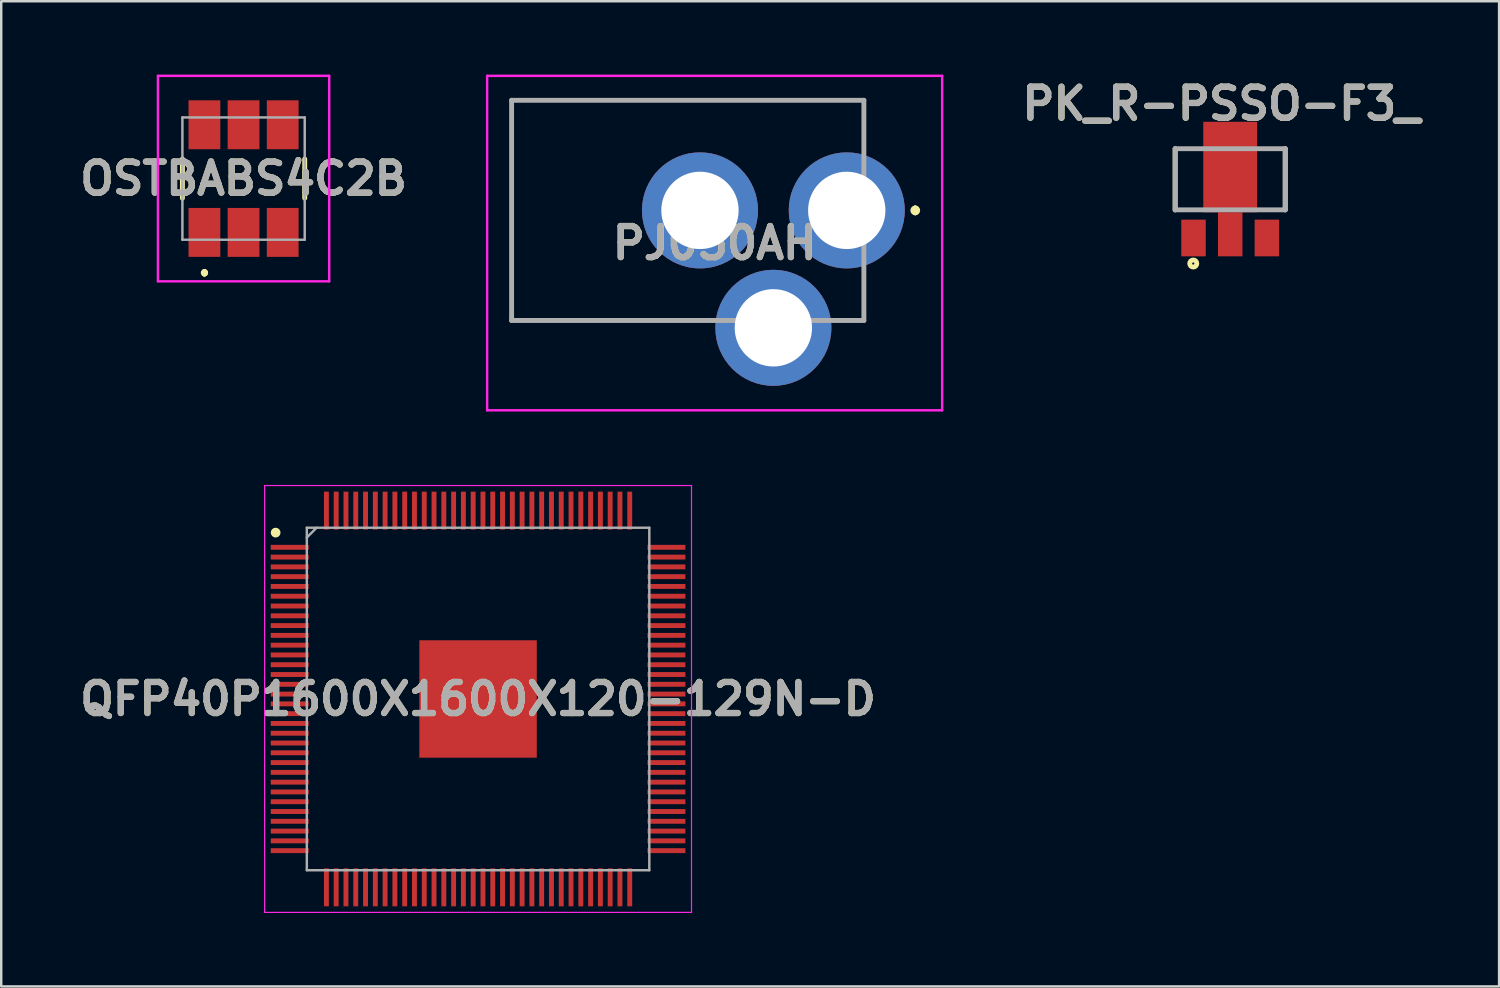
<source format=kicad_pcb>
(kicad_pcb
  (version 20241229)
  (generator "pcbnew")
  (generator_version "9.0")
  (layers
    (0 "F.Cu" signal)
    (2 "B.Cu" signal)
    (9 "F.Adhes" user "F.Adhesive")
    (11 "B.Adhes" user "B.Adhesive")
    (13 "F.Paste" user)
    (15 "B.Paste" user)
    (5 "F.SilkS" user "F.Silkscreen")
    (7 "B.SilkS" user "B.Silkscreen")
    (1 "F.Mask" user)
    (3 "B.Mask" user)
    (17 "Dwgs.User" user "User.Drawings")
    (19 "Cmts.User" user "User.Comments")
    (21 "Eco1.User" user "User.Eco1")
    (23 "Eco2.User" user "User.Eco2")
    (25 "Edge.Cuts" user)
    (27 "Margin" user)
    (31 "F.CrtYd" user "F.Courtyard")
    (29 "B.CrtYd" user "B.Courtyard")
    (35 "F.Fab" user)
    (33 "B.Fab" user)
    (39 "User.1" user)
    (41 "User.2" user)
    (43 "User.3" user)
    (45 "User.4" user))
  (footprint "QFP40P1600X1600X120-129N-D"
    (layer "F.Cu")
    (at 16.492 25.522)
    (property "Reference" "QFP40P1600X1600X120-129N-D" (at 0 0 0) (layer "F.SilkS") (effects (font (size 1.27 1.27) (thickness 0.254))))
    (attr smd)
    (fp_circle (center -8.275 -6.8) (end -8.275 -6.7) (stroke (width 0.2) (type solid)) (fill no) (layer "F.SilkS"))
    (fp_line (start -8.725 -8.725) (end 8.725 -8.725) (stroke (width 0.05) (type solid)) (layer "F.CrtYd"))
    (fp_line (start -8.725 8.725) (end -8.725 -8.725) (stroke (width 0.05) (type solid)) (layer "F.CrtYd"))
    (fp_line (start 8.725 -8.725) (end 8.725 8.725) (stroke (width 0.05) (type solid)) (layer "F.CrtYd"))
    (fp_line (start 8.725 8.725) (end -8.725 8.725) (stroke (width 0.05) (type solid)) (layer "F.CrtYd"))
    (fp_line (start -7 -7) (end 7 -7) (stroke (width 0.1) (type solid)) (layer "F.Fab"))
    (fp_line (start -7 -6.6) (end -6.6 -7) (stroke (width 0.1) (type solid)) (layer "F.Fab"))
    (fp_line (start -7 7) (end -7 -7) (stroke (width 0.1) (type solid)) (layer "F.Fab"))
    (fp_line (start 7 -7) (end 7 7) (stroke (width 0.1) (type solid)) (layer "F.Fab"))
    (fp_line (start 7 7) (end -7 7) (stroke (width 0.1) (type solid)) (layer "F.Fab"))
    (fp_text user "${REFERENCE}" (at 0 0 0) (layer "F.Fab") (effects (font (size 1.27 1.27) (thickness 0.254))))
    (pad "1" smd rect (at -7.7 -6.2 90) (size 0.2 1.55) (layers "F.Cu" "F.Mask" "F.Paste"))
    (pad "2" smd rect (at -7.7 -5.8 90) (size 0.2 1.55) (layers "F.Cu" "F.Mask" "F.Paste"))
    (pad "3" smd rect (at -7.7 -5.4 90) (size 0.2 1.55) (layers "F.Cu" "F.Mask" "F.Paste"))
    (pad "4" smd rect (at -7.7 -5 90) (size 0.2 1.55) (layers "F.Cu" "F.Mask" "F.Paste"))
    (pad "5" smd rect (at -7.7 -4.6 90) (size 0.2 1.55) (layers "F.Cu" "F.Mask" "F.Paste"))
    (pad "6" smd rect (at -7.7 -4.2 90) (size 0.2 1.55) (layers "F.Cu" "F.Mask" "F.Paste"))
    (pad "7" smd rect (at -7.7 -3.8 90) (size 0.2 1.55) (layers "F.Cu" "F.Mask" "F.Paste"))
    (pad "8" smd rect (at -7.7 -3.4 90) (size 0.2 1.55) (layers "F.Cu" "F.Mask" "F.Paste"))
    (pad "9" smd rect (at -7.7 -3 90) (size 0.2 1.55) (layers "F.Cu" "F.Mask" "F.Paste"))
    (pad "10" smd rect (at -7.7 -2.6 90) (size 0.2 1.55) (layers "F.Cu" "F.Mask" "F.Paste"))
    (pad "11" smd rect (at -7.7 -2.2 90) (size 0.2 1.55) (layers "F.Cu" "F.Mask" "F.Paste"))
    (pad "12" smd rect (at -7.7 -1.8 90) (size 0.2 1.55) (layers "F.Cu" "F.Mask" "F.Paste"))
    (pad "13" smd rect (at -7.7 -1.4 90) (size 0.2 1.55) (layers "F.Cu" "F.Mask" "F.Paste"))
    (pad "14" smd rect (at -7.7 -1 90) (size 0.2 1.55) (layers "F.Cu" "F.Mask" "F.Paste"))
    (pad "15" smd rect (at -7.7 -0.6 90) (size 0.2 1.55) (layers "F.Cu" "F.Mask" "F.Paste"))
    (pad "16" smd rect (at -7.7 -0.2 90) (size 0.2 1.55) (layers "F.Cu" "F.Mask" "F.Paste"))
    (pad "17" smd rect (at -7.7 0.2 90) (size 0.2 1.55) (layers "F.Cu" "F.Mask" "F.Paste"))
    (pad "18" smd rect (at -7.7 0.6 90) (size 0.2 1.55) (layers "F.Cu" "F.Mask" "F.Paste"))
    (pad "19" smd rect (at -7.7 1 90) (size 0.2 1.55) (layers "F.Cu" "F.Mask" "F.Paste"))
    (pad "20" smd rect (at -7.7 1.4 90) (size 0.2 1.55) (layers "F.Cu" "F.Mask" "F.Paste"))
    (pad "21" smd rect (at -7.7 1.8 90) (size 0.2 1.55) (layers "F.Cu" "F.Mask" "F.Paste"))
    (pad "22" smd rect (at -7.7 2.2 90) (size 0.2 1.55) (layers "F.Cu" "F.Mask" "F.Paste"))
    (pad "23" smd rect (at -7.7 2.6 90) (size 0.2 1.55) (layers "F.Cu" "F.Mask" "F.Paste"))
    (pad "24" smd rect (at -7.7 3 90) (size 0.2 1.55) (layers "F.Cu" "F.Mask" "F.Paste"))
    (pad "25" smd rect (at -7.7 3.4 90) (size 0.2 1.55) (layers "F.Cu" "F.Mask" "F.Paste"))
    (pad "26" smd rect (at -7.7 3.8 90) (size 0.2 1.55) (layers "F.Cu" "F.Mask" "F.Paste"))
    (pad "27" smd rect (at -7.7 4.2 90) (size 0.2 1.55) (layers "F.Cu" "F.Mask" "F.Paste"))
    (pad "28" smd rect (at -7.7 4.6 90) (size 0.2 1.55) (layers "F.Cu" "F.Mask" "F.Paste"))
    (pad "29" smd rect (at -7.7 5 90) (size 0.2 1.55) (layers "F.Cu" "F.Mask" "F.Paste"))
    (pad "30" smd rect (at -7.7 5.4 90) (size 0.2 1.55) (layers "F.Cu" "F.Mask" "F.Paste"))
    (pad "31" smd rect (at -7.7 5.8 90) (size 0.2 1.55) (layers "F.Cu" "F.Mask" "F.Paste"))
    (pad "32" smd rect (at -7.7 6.2 90) (size 0.2 1.55) (layers "F.Cu" "F.Mask" "F.Paste"))
    (pad "33" smd rect (at -6.2 7.7) (size 0.2 1.55) (layers "F.Cu" "F.Mask" "F.Paste"))
    (pad "34" smd rect (at -5.8 7.7) (size 0.2 1.55) (layers "F.Cu" "F.Mask" "F.Paste"))
    (pad "35" smd rect (at -5.4 7.7) (size 0.2 1.55) (layers "F.Cu" "F.Mask" "F.Paste"))
    (pad "36" smd rect (at -5 7.7) (size 0.2 1.55) (layers "F.Cu" "F.Mask" "F.Paste"))
    (pad "37" smd rect (at -4.6 7.7) (size 0.2 1.55) (layers "F.Cu" "F.Mask" "F.Paste"))
    (pad "38" smd rect (at -4.2 7.7) (size 0.2 1.55) (layers "F.Cu" "F.Mask" "F.Paste"))
    (pad "39" smd rect (at -3.8 7.7) (size 0.2 1.55) (layers "F.Cu" "F.Mask" "F.Paste"))
    (pad "40" smd rect (at -3.4 7.7) (size 0.2 1.55) (layers "F.Cu" "F.Mask" "F.Paste"))
    (pad "41" smd rect (at -3 7.7) (size 0.2 1.55) (layers "F.Cu" "F.Mask" "F.Paste"))
    (pad "42" smd rect (at -2.6 7.7) (size 0.2 1.55) (layers "F.Cu" "F.Mask" "F.Paste"))
    (pad "43" smd rect (at -2.2 7.7) (size 0.2 1.55) (layers "F.Cu" "F.Mask" "F.Paste"))
    (pad "44" smd rect (at -1.8 7.7) (size 0.2 1.55) (layers "F.Cu" "F.Mask" "F.Paste"))
    (pad "45" smd rect (at -1.4 7.7) (size 0.2 1.55) (layers "F.Cu" "F.Mask" "F.Paste"))
    (pad "46" smd rect (at -1 7.7) (size 0.2 1.55) (layers "F.Cu" "F.Mask" "F.Paste"))
    (pad "47" smd rect (at -0.6 7.7) (size 0.2 1.55) (layers "F.Cu" "F.Mask" "F.Paste"))
    (pad "48" smd rect (at -0.2 7.7) (size 0.2 1.55) (layers "F.Cu" "F.Mask" "F.Paste"))
    (pad "49" smd rect (at 0.2 7.7) (size 0.2 1.55) (layers "F.Cu" "F.Mask" "F.Paste"))
    (pad "50" smd rect (at 0.6 7.7) (size 0.2 1.55) (layers "F.Cu" "F.Mask" "F.Paste"))
    (pad "51" smd rect (at 1 7.7) (size 0.2 1.55) (layers "F.Cu" "F.Mask" "F.Paste"))
    (pad "52" smd rect (at 1.4 7.7) (size 0.2 1.55) (layers "F.Cu" "F.Mask" "F.Paste"))
    (pad "53" smd rect (at 1.8 7.7) (size 0.2 1.55) (layers "F.Cu" "F.Mask" "F.Paste"))
    (pad "54" smd rect (at 2.2 7.7) (size 0.2 1.55) (layers "F.Cu" "F.Mask" "F.Paste"))
    (pad "55" smd rect (at 2.6 7.7) (size 0.2 1.55) (layers "F.Cu" "F.Mask" "F.Paste"))
    (pad "56" smd rect (at 3 7.7) (size 0.2 1.55) (layers "F.Cu" "F.Mask" "F.Paste"))
    (pad "57" smd rect (at 3.4 7.7) (size 0.2 1.55) (layers "F.Cu" "F.Mask" "F.Paste"))
    (pad "58" smd rect (at 3.8 7.7) (size 0.2 1.55) (layers "F.Cu" "F.Mask" "F.Paste"))
    (pad "59" smd rect (at 4.2 7.7) (size 0.2 1.55) (layers "F.Cu" "F.Mask" "F.Paste"))
    (pad "60" smd rect (at 4.6 7.7) (size 0.2 1.55) (layers "F.Cu" "F.Mask" "F.Paste"))
    (pad "61" smd rect (at 5 7.7) (size 0.2 1.55) (layers "F.Cu" "F.Mask" "F.Paste"))
    (pad "62" smd rect (at 5.4 7.7) (size 0.2 1.55) (layers "F.Cu" "F.Mask" "F.Paste"))
    (pad "63" smd rect (at 5.8 7.7) (size 0.2 1.55) (layers "F.Cu" "F.Mask" "F.Paste"))
    (pad "64" smd rect (at 6.2 7.7) (size 0.2 1.55) (layers "F.Cu" "F.Mask" "F.Paste"))
    (pad "65" smd rect (at 7.7 6.2 90) (size 0.2 1.55) (layers "F.Cu" "F.Mask" "F.Paste"))
    (pad "66" smd rect (at 7.7 5.8 90) (size 0.2 1.55) (layers "F.Cu" "F.Mask" "F.Paste"))
    (pad "67" smd rect (at 7.7 5.4 90) (size 0.2 1.55) (layers "F.Cu" "F.Mask" "F.Paste"))
    (pad "68" smd rect (at 7.7 5 90) (size 0.2 1.55) (layers "F.Cu" "F.Mask" "F.Paste"))
    (pad "69" smd rect (at 7.7 4.6 90) (size 0.2 1.55) (layers "F.Cu" "F.Mask" "F.Paste"))
    (pad "70" smd rect (at 7.7 4.2 90) (size 0.2 1.55) (layers "F.Cu" "F.Mask" "F.Paste"))
    (pad "71" smd rect (at 7.7 3.8 90) (size 0.2 1.55) (layers "F.Cu" "F.Mask" "F.Paste"))
    (pad "72" smd rect (at 7.7 3.4 90) (size 0.2 1.55) (layers "F.Cu" "F.Mask" "F.Paste"))
    (pad "73" smd rect (at 7.7 3 90) (size 0.2 1.55) (layers "F.Cu" "F.Mask" "F.Paste"))
    (pad "74" smd rect (at 7.7 2.6 90) (size 0.2 1.55) (layers "F.Cu" "F.Mask" "F.Paste"))
    (pad "75" smd rect (at 7.7 2.2 90) (size 0.2 1.55) (layers "F.Cu" "F.Mask" "F.Paste"))
    (pad "76" smd rect (at 7.7 1.8 90) (size 0.2 1.55) (layers "F.Cu" "F.Mask" "F.Paste"))
    (pad "77" smd rect (at 7.7 1.4 90) (size 0.2 1.55) (layers "F.Cu" "F.Mask" "F.Paste"))
    (pad "78" smd rect (at 7.7 1 90) (size 0.2 1.55) (layers "F.Cu" "F.Mask" "F.Paste"))
    (pad "79" smd rect (at 7.7 0.6 90) (size 0.2 1.55) (layers "F.Cu" "F.Mask" "F.Paste"))
    (pad "80" smd rect (at 7.7 0.2 90) (size 0.2 1.55) (layers "F.Cu" "F.Mask" "F.Paste"))
    (pad "81" smd rect (at 7.7 -0.2 90) (size 0.2 1.55) (layers "F.Cu" "F.Mask" "F.Paste"))
    (pad "82" smd rect (at 7.7 -0.6 90) (size 0.2 1.55) (layers "F.Cu" "F.Mask" "F.Paste"))
    (pad "83" smd rect (at 7.7 -1 90) (size 0.2 1.55) (layers "F.Cu" "F.Mask" "F.Paste"))
    (pad "84" smd rect (at 7.7 -1.4 90) (size 0.2 1.55) (layers "F.Cu" "F.Mask" "F.Paste"))
    (pad "85" smd rect (at 7.7 -1.8 90) (size 0.2 1.55) (layers "F.Cu" "F.Mask" "F.Paste"))
    (pad "86" smd rect (at 7.7 -2.2 90) (size 0.2 1.55) (layers "F.Cu" "F.Mask" "F.Paste"))
    (pad "87" smd rect (at 7.7 -2.6 90) (size 0.2 1.55) (layers "F.Cu" "F.Mask" "F.Paste"))
    (pad "88" smd rect (at 7.7 -3 90) (size 0.2 1.55) (layers "F.Cu" "F.Mask" "F.Paste"))
    (pad "89" smd rect (at 7.7 -3.4 90) (size 0.2 1.55) (layers "F.Cu" "F.Mask" "F.Paste"))
    (pad "90" smd rect (at 7.7 -3.8 90) (size 0.2 1.55) (layers "F.Cu" "F.Mask" "F.Paste"))
    (pad "91" smd rect (at 7.7 -4.2 90) (size 0.2 1.55) (layers "F.Cu" "F.Mask" "F.Paste"))
    (pad "92" smd rect (at 7.7 -4.6 90) (size 0.2 1.55) (layers "F.Cu" "F.Mask" "F.Paste"))
    (pad "93" smd rect (at 7.7 -5 90) (size 0.2 1.55) (layers "F.Cu" "F.Mask" "F.Paste"))
    (pad "94" smd rect (at 7.7 -5.4 90) (size 0.2 1.55) (layers "F.Cu" "F.Mask" "F.Paste"))
    (pad "95" smd rect (at 7.7 -5.8 90) (size 0.2 1.55) (layers "F.Cu" "F.Mask" "F.Paste"))
    (pad "96" smd rect (at 7.7 -6.2 90) (size 0.2 1.55) (layers "F.Cu" "F.Mask" "F.Paste"))
    (pad "97" smd rect (at 6.2 -7.7) (size 0.2 1.55) (layers "F.Cu" "F.Mask" "F.Paste"))
    (pad "98" smd rect (at 5.8 -7.7) (size 0.2 1.55) (layers "F.Cu" "F.Mask" "F.Paste"))
    (pad "99" smd rect (at 5.4 -7.7) (size 0.2 1.55) (layers "F.Cu" "F.Mask" "F.Paste"))
    (pad "100" smd rect (at 5 -7.7) (size 0.2 1.55) (layers "F.Cu" "F.Mask" "F.Paste"))
    (pad "101" smd rect (at 4.6 -7.7) (size 0.2 1.55) (layers "F.Cu" "F.Mask" "F.Paste"))
    (pad "102" smd rect (at 4.2 -7.7) (size 0.2 1.55) (layers "F.Cu" "F.Mask" "F.Paste"))
    (pad "103" smd rect (at 3.8 -7.7) (size 0.2 1.55) (layers "F.Cu" "F.Mask" "F.Paste"))
    (pad "104" smd rect (at 3.4 -7.7) (size 0.2 1.55) (layers "F.Cu" "F.Mask" "F.Paste"))
    (pad "105" smd rect (at 3 -7.7) (size 0.2 1.55) (layers "F.Cu" "F.Mask" "F.Paste"))
    (pad "106" smd rect (at 2.6 -7.7) (size 0.2 1.55) (layers "F.Cu" "F.Mask" "F.Paste"))
    (pad "107" smd rect (at 2.2 -7.7) (size 0.2 1.55) (layers "F.Cu" "F.Mask" "F.Paste"))
    (pad "108" smd rect (at 1.8 -7.7) (size 0.2 1.55) (layers "F.Cu" "F.Mask" "F.Paste"))
    (pad "109" smd rect (at 1.4 -7.7) (size 0.2 1.55) (layers "F.Cu" "F.Mask" "F.Paste"))
    (pad "110" smd rect (at 1 -7.7) (size 0.2 1.55) (layers "F.Cu" "F.Mask" "F.Paste"))
    (pad "111" smd rect (at 0.6 -7.7) (size 0.2 1.55) (layers "F.Cu" "F.Mask" "F.Paste"))
    (pad "112" smd rect (at 0.2 -7.7) (size 0.2 1.55) (layers "F.Cu" "F.Mask" "F.Paste"))
    (pad "113" smd rect (at -0.2 -7.7) (size 0.2 1.55) (layers "F.Cu" "F.Mask" "F.Paste"))
    (pad "114" smd rect (at -0.6 -7.7) (size 0.2 1.55) (layers "F.Cu" "F.Mask" "F.Paste"))
    (pad "115" smd rect (at -1 -7.7) (size 0.2 1.55) (layers "F.Cu" "F.Mask" "F.Paste"))
    (pad "116" smd rect (at -1.4 -7.7) (size 0.2 1.55) (layers "F.Cu" "F.Mask" "F.Paste"))
    (pad "117" smd rect (at -1.8 -7.7) (size 0.2 1.55) (layers "F.Cu" "F.Mask" "F.Paste"))
    (pad "118" smd rect (at -2.2 -7.7) (size 0.2 1.55) (layers "F.Cu" "F.Mask" "F.Paste"))
    (pad "119" smd rect (at -2.6 -7.7) (size 0.2 1.55) (layers "F.Cu" "F.Mask" "F.Paste"))
    (pad "120" smd rect (at -3 -7.7) (size 0.2 1.55) (layers "F.Cu" "F.Mask" "F.Paste"))
    (pad "121" smd rect (at -3.4 -7.7) (size 0.2 1.55) (layers "F.Cu" "F.Mask" "F.Paste"))
    (pad "122" smd rect (at -3.8 -7.7) (size 0.2 1.55) (layers "F.Cu" "F.Mask" "F.Paste"))
    (pad "123" smd rect (at -4.2 -7.7) (size 0.2 1.55) (layers "F.Cu" "F.Mask" "F.Paste"))
    (pad "124" smd rect (at -4.6 -7.7) (size 0.2 1.55) (layers "F.Cu" "F.Mask" "F.Paste"))
    (pad "125" smd rect (at -5 -7.7) (size 0.2 1.55) (layers "F.Cu" "F.Mask" "F.Paste"))
    (pad "126" smd rect (at -5.4 -7.7) (size 0.2 1.55) (layers "F.Cu" "F.Mask" "F.Paste"))
    (pad "127" smd rect (at -5.8 -7.7) (size 0.2 1.55) (layers "F.Cu" "F.Mask" "F.Paste"))
    (pad "128" smd rect (at -6.2 -7.7) (size 0.2 1.55) (layers "F.Cu" "F.Mask" "F.Paste"))
    (pad "129" smd rect (at 0 0) (size 4.8 4.8) (layers "F.Cu" "F.Mask" "F.Paste")))
  (footprint "OSTBABS4C2B"
    (layer "F.Cu")
    (at 6.906 4.25)
    (property "Reference" "OSTBABS4C2B" (at 0 0 0) (layer "F.SilkS") (effects (font (size 1.27 1.27) (thickness 0.254))))
    (attr smd)
    (fp_line (start -2.5 -0.8) (end -2.5 0.8) (stroke (width 0.2) (type solid)) (layer "F.SilkS"))
    (fp_line (start -1.6 3.8) (end -1.6 3.8) (stroke (width 0.2) (type solid)) (layer "F.SilkS"))
    (fp_line (start -1.6 3.9) (end -1.6 3.9) (stroke (width 0.2) (type solid)) (layer "F.SilkS"))
    (fp_line (start -1.6 3.9) (end -1.6 3.9) (stroke (width 0.2) (type solid)) (layer "F.SilkS"))
    (fp_line (start 2.5 -0.8) (end 2.5 0.8) (stroke (width 0.2) (type solid)) (layer "F.SilkS"))
    (fp_arc (start -1.6 3.8) (mid -1.55 3.85) (end -1.6 3.9) (stroke (width 0.2) (type solid)) (layer "F.SilkS"))
    (fp_arc (start -1.6 3.8) (mid -1.55 3.85) (end -1.6 3.9) (stroke (width 0.2) (type solid)) (layer "F.SilkS"))
    (fp_arc (start -1.6 3.9) (mid -1.65 3.85) (end -1.6 3.8) (stroke (width 0.2) (type solid)) (layer "F.SilkS"))
    (fp_line (start -3.5 -4.2) (end 3.5 -4.2) (stroke (width 0.1) (type solid)) (layer "F.CrtYd"))
    (fp_line (start -3.5 4.2) (end -3.5 -4.2) (stroke (width 0.1) (type solid)) (layer "F.CrtYd"))
    (fp_line (start 3.5 -4.2) (end 3.5 4.2) (stroke (width 0.1) (type solid)) (layer "F.CrtYd"))
    (fp_line (start 3.5 4.2) (end -3.5 4.2) (stroke (width 0.1) (type solid)) (layer "F.CrtYd"))
    (fp_line (start -2.5 -2.5) (end 2.5 -2.5) (stroke (width 0.1) (type solid)) (layer "F.Fab"))
    (fp_line (start -2.5 2.5) (end -2.5 -2.5) (stroke (width 0.1) (type solid)) (layer "F.Fab"))
    (fp_line (start 2.5 -2.5) (end 2.5 2.5) (stroke (width 0.1) (type solid)) (layer "F.Fab"))
    (fp_line (start 2.5 2.5) (end -2.5 2.5) (stroke (width 0.1) (type solid)) (layer "F.Fab"))
    (fp_text user "${REFERENCE}" (at 0 0 0) (layer "F.Fab") (effects (font (size 1.27 1.27) (thickness 0.254))))
    (pad "1" smd rect (at -1.6 2.2) (size 1.3 2) (layers "F.Cu" "F.Mask" "F.Paste"))
    (pad "2" smd rect (at 0 2.2) (size 1.3 2) (layers "F.Cu" "F.Mask" "F.Paste"))
    (pad "3" smd rect (at 1.6 2.2) (size 1.3 2) (layers "F.Cu" "F.Mask" "F.Paste"))
    (pad "4" smd rect (at 1.6 -2.2) (size 1.3 2) (layers "F.Cu" "F.Mask" "F.Paste"))
    (pad "5" smd rect (at 0 -2.2) (size 1.3 2) (layers "F.Cu" "F.Mask" "F.Paste"))
    (pad "6" smd rect (at -1.6 -2.2) (size 1.3 2) (layers "F.Cu" "F.Mask" "F.Paste")))
  (footprint "PJ050AH"
    (layer "F.Cu")
    (at 17.863 5.55)
    (property "Reference" "PJ050AH" (at 8.3 1.336 0) (layer "F.SilkS") (effects (font (size 1.27 1.27) (thickness 0.254))))
    (attr through_hole)
    (fp_line (start 0 -4.5) (end 0 4.5) (stroke (width 0.1) (type solid)) (layer "F.SilkS"))
    (fp_line (start 0 4.5) (end 8 4.5) (stroke (width 0.1) (type solid)) (layer "F.SilkS"))
    (fp_line (start 14.4 -4.5) (end 0 -4.5) (stroke (width 0.1) (type solid)) (layer "F.SilkS"))
    (fp_line (start 14.4 -3) (end 14.4 -4.5) (stroke (width 0.1) (type solid)) (layer "F.SilkS"))
    (fp_line (start 14.4 3) (end 14.4 4.5) (stroke (width 0.1) (type solid)) (layer "F.SilkS"))
    (fp_line (start 14.4 4.5) (end 14 4.5) (stroke (width 0.1) (type solid)) (layer "F.SilkS"))
    (fp_line (start 16.5 -0.1) (end 16.5 -0.1) (stroke (width 0.2) (type solid)) (layer "F.SilkS"))
    (fp_line (start 16.5 0.1) (end 16.5 0.1) (stroke (width 0.2) (type solid)) (layer "F.SilkS"))
    (fp_arc (start 16.5 -0.1) (mid 16.6 0) (end 16.5 0.1) (stroke (width 0.2) (type solid)) (layer "F.SilkS"))
    (fp_arc (start 16.5 0.1) (mid 16.4 0) (end 16.5 -0.1) (stroke (width 0.2) (type solid)) (layer "F.SilkS"))
    (fp_line (start -1 -5.5) (end 17.6 -5.5) (stroke (width 0.1) (type solid)) (layer "F.CrtYd"))
    (fp_line (start -1 8.172) (end -1 -5.5) (stroke (width 0.1) (type solid)) (layer "F.CrtYd"))
    (fp_line (start 17.6 -5.5) (end 17.6 8.172) (stroke (width 0.1) (type solid)) (layer "F.CrtYd"))
    (fp_line (start 17.6 8.172) (end -1 8.172) (stroke (width 0.1) (type solid)) (layer "F.CrtYd"))
    (fp_line (start 0 -4.5) (end 14.4 -4.5) (stroke (width 0.2) (type solid)) (layer "F.Fab"))
    (fp_line (start 0 4.5) (end 0 -4.5) (stroke (width 0.2) (type solid)) (layer "F.Fab"))
    (fp_line (start 14.4 -4.5) (end 14.4 4.5) (stroke (width 0.2) (type solid)) (layer "F.Fab"))
    (fp_line (start 14.4 4.5) (end 0 4.5) (stroke (width 0.2) (type solid)) (layer "F.Fab"))
    (fp_text user "${REFERENCE}" (at 8.3 1.336 0) (layer "F.Fab") (effects (font (size 1.27 1.27) (thickness 0.254))))
    (pad "" np_thru_hole circle (at 3.5 0) (size 0.001 0.001) (drill 1.8) (layers "*.Cu" "*.Mask"))
    (pad "1" thru_hole circle (at 13.7 0) (size 4.743 4.743) (drill 3.162) (layers "*.Cu" "*.Mask"))
    (pad "2" thru_hole circle (at 7.7 0) (size 4.743 4.743) (drill 3.162) (layers "*.Cu" "*.Mask"))
    (pad "3" thru_hole circle (at 10.7 4.8) (size 4.743 4.743) (drill 3.162) (layers "*.Cu" "*.Mask")))
  (footprint "PK_R-PSSO-F3_"
    (layer "F.Cu")
    (at 47.237 3.028)
    (property "Reference" "PK_R-PSSO-F3_" (at -0.366 -1.839 0) (layer "F.SilkS") (effects (font (size 1.27 1.27) (thickness 0.254))))
    (attr smd)
    (fp_line (start -2.25 2.5) (end -2.25 0) (stroke (width 0.2) (type solid)) (layer "F.SilkS"))
    (fp_line (start 2.25 0) (end 2.25 2.5) (stroke (width 0.2) (type solid)) (layer "F.SilkS"))
    (fp_circle (center -1.51 4.694) (end -1.51 4.738) (stroke (width 0.2) (type solid)) (fill no) (layer "F.SilkS"))
    (fp_line (start -2.25 0) (end 2.25 0) (stroke (width 0.2) (type solid)) (layer "F.Fab"))
    (fp_line (start -2.25 2.5) (end -2.25 0) (stroke (width 0.2) (type solid)) (layer "F.Fab"))
    (fp_line (start 2.25 0) (end 2.25 2.5) (stroke (width 0.2) (type solid)) (layer "F.Fab"))
    (fp_line (start 2.25 2.5) (end -2.25 2.5) (stroke (width 0.2) (type solid)) (layer "F.Fab"))
    (fp_text user "${REFERENCE}" (at -0.366 -1.839 0) (layer "F.Fab") (effects (font (size 1.27 1.27) (thickness 0.254))))
    (pad "1" smd rect (at -1.5 3.65) (size 1 1.5) (layers "F.Cu" "F.Mask" "F.Paste"))
    (pad "2" smd rect (at 0 3.5) (size 1 1.8) (layers "F.Cu" "F.Mask" "F.Paste"))
    (pad "3" smd rect (at 1.5 3.65) (size 1 1.5) (layers "F.Cu" "F.Mask" "F.Paste"))
    (pad "4" smd rect (at 0 0.75) (size 2.2 3.7) (layers "F.Cu" "F.Mask" "F.Paste")))
  (gr_rect
    (start -3 -3)
    (end 58.228 37.272)
    (stroke (width 0.1) (type default))
    (fill no)
    (layer "Edge.Cuts")))
</source>
